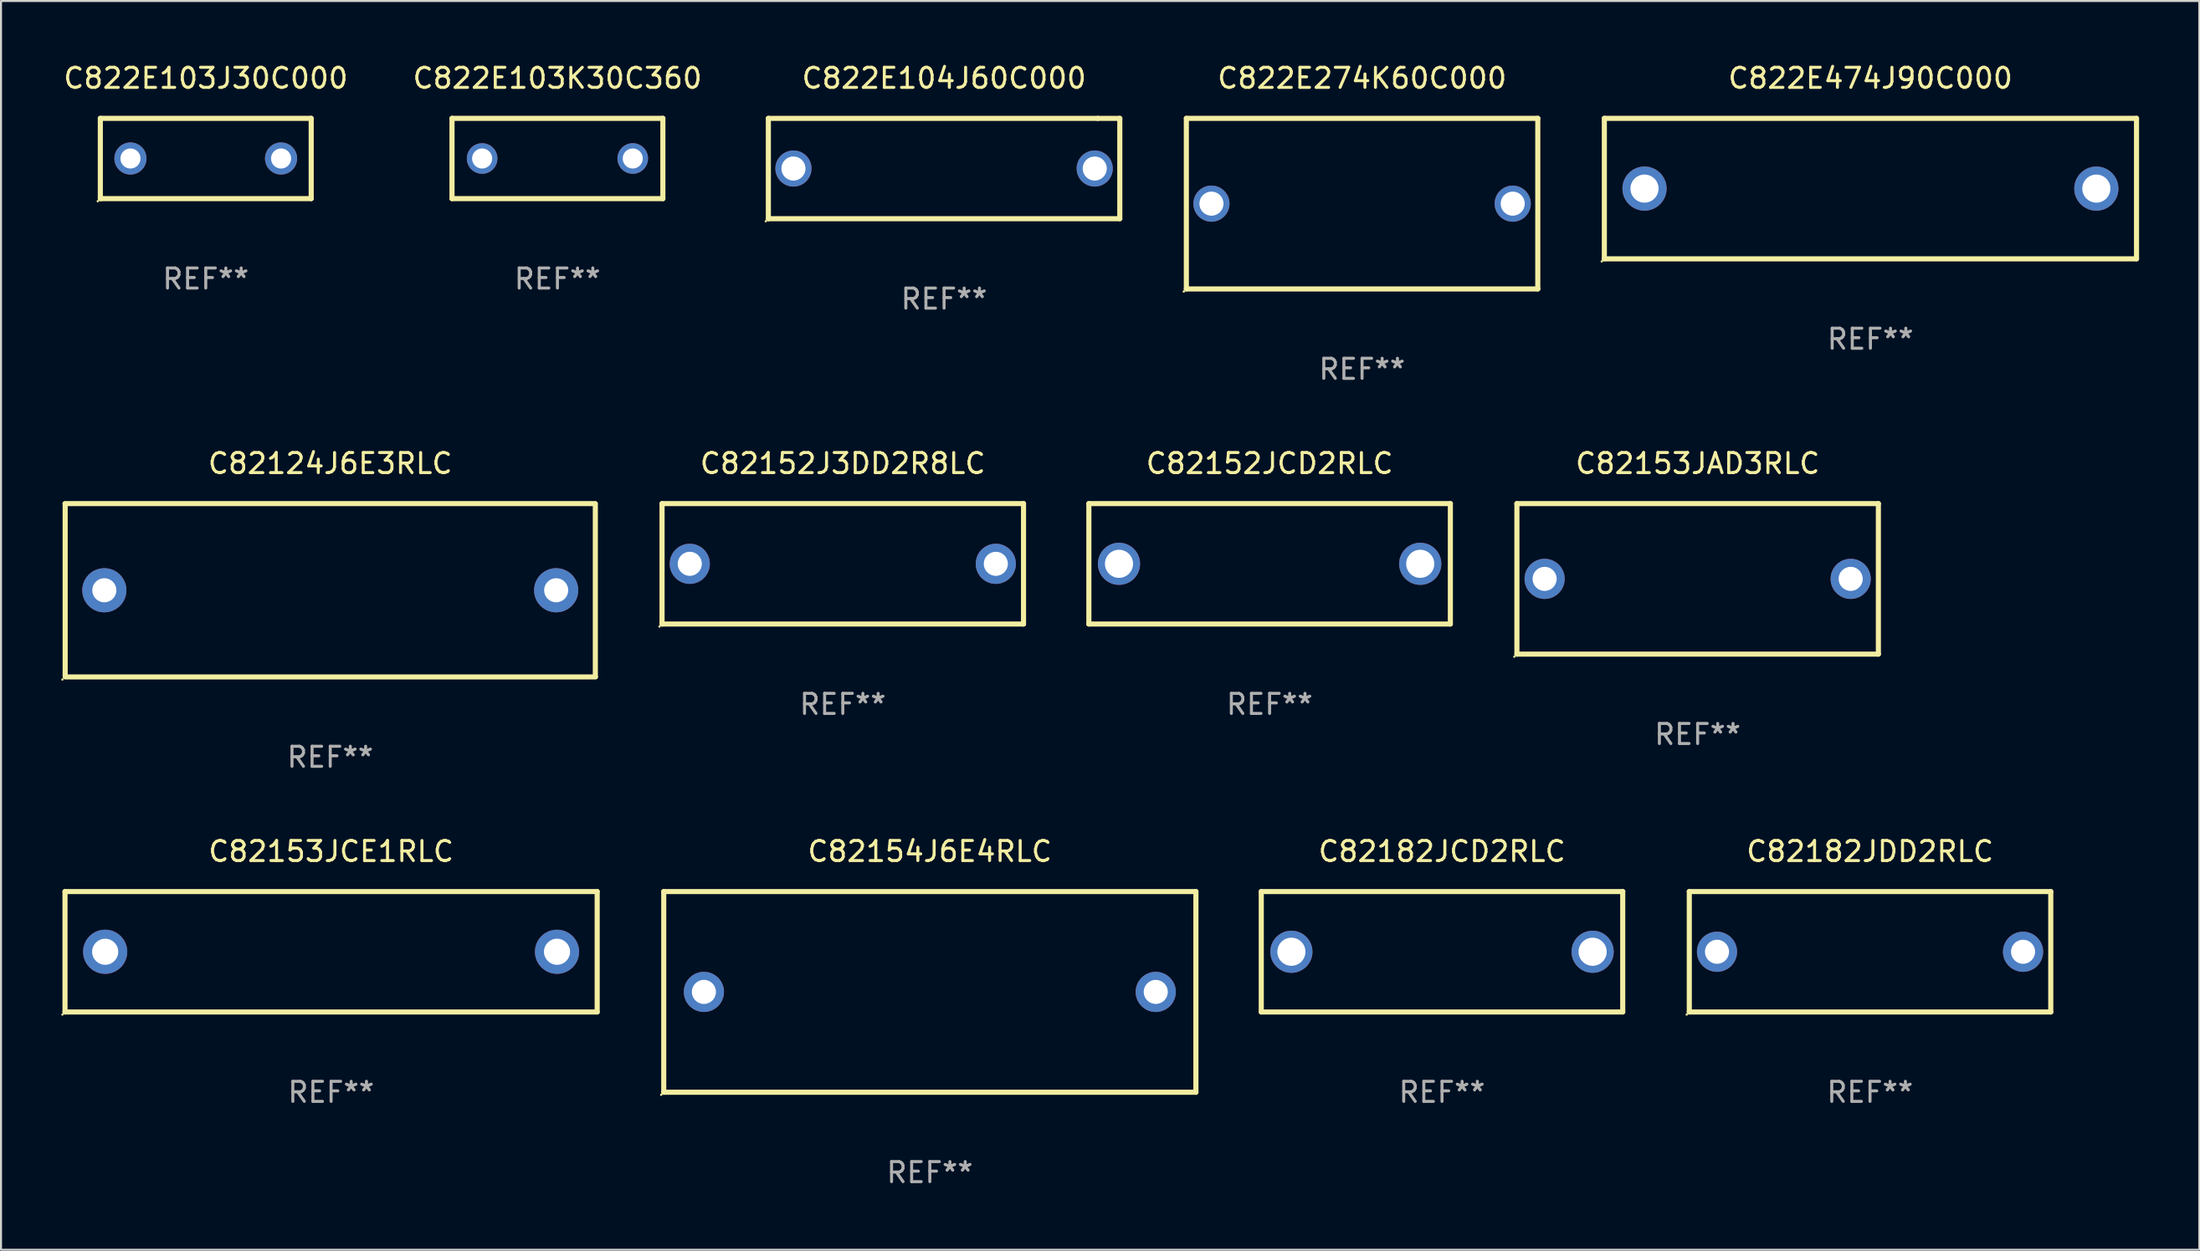
<source format=kicad_pcb>
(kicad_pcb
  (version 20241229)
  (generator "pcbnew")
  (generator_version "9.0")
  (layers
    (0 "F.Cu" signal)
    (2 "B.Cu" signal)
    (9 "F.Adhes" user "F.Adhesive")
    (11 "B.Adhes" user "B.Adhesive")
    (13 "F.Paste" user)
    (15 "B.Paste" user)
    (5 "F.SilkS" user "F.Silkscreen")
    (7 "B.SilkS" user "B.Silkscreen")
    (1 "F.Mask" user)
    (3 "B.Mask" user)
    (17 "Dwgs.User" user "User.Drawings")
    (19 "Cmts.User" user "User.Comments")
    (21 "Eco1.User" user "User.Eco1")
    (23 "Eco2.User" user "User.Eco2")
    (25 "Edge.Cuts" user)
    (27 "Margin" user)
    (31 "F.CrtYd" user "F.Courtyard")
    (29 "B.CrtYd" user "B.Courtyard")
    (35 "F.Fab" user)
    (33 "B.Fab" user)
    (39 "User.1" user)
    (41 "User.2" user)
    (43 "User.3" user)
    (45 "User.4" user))
  (footprint "C82153JAD3RLC"
    (layer "F.Cu")
    (at 81.485 25.795)
    (property "Reference" "C82153JAD3RLC" (at 0 -5.75 0) (layer "F.SilkS") (effects (font (size 1 1) (thickness 0.15))))
    (attr through_hole)
    (fp_line (start -9 -3.75) (end 9 -3.75) (stroke (width 0.254) (type solid)) (layer "F.SilkS"))
    (fp_line (start -9 3.75) (end -9 -3.75) (stroke (width 0.254) (type solid)) (layer "F.SilkS"))
    (fp_line (start 9 -3.75) (end 9 3.75) (stroke (width 0.254) (type solid)) (layer "F.SilkS"))
    (fp_line (start 9 3.75) (end -9 3.75) (stroke (width 0.254) (type solid)) (layer "F.SilkS"))
    (fp_circle (center -9.127 3.877) (end -9.097 3.877) (stroke (width 0.06) (type solid)) (fill no) (layer "F.SilkS"))
    (fp_text user "REF**" (at 0 7.75 0) (layer "F.Fab") (effects (font (size 1 1) (thickness 0.15))))
    (pad "1" thru_hole circle (at -7.62 0) (size 2 2) (drill 1.2) (layers "*.Cu" "*.Mask"))
    (pad "2" thru_hole circle (at 7.62 0) (size 2 2) (drill 1.2) (layers "*.Cu" "*.Mask")))
  (footprint "C82124J6E3RLC"
    (layer "F.Cu")
    (at 13.395 26.363)
    (property "Reference" "C82124J6E3RLC" (at 0 -6.318 0) (layer "F.SilkS") (effects (font (size 1 1) (thickness 0.15))))
    (attr through_hole)
    (fp_line (start -13.208 -4.318) (end 13.193 -4.318) (stroke (width 0.254) (type solid)) (layer "F.SilkS"))
    (fp_line (start -13.2 4.3) (end -13.2 -4.3) (stroke (width 0.254) (type solid)) (layer "F.SilkS"))
    (fp_line (start 13.2 -4.3) (end 13.2 4.3) (stroke (width 0.254) (type solid)) (layer "F.SilkS"))
    (fp_line (start 13.208 4.318) (end -13.193 4.318) (stroke (width 0.254) (type solid)) (layer "F.SilkS"))
    (fp_circle (center -13.335 4.445) (end -13.305 4.445) (stroke (width 0.06) (type solid)) (fill no) (layer "F.SilkS"))
    (fp_text user "REF**" (at 0 8.318 0) (layer "F.Fab") (effects (font (size 1 1) (thickness 0.15))))
    (pad "1" thru_hole circle (at -11.25 0) (size 2.2 2.2) (drill 1.2) (layers "*.Cu" "*.Mask"))
    (pad "2" thru_hole circle (at 11.25 0) (size 2.2 2.2) (drill 1.2) (layers "*.Cu" "*.Mask")))
  (footprint "C82152JCD2RLC"
    (layer "F.Cu")
    (at 60.171 25.045)
    (property "Reference" "C82152JCD2RLC" (at 0 -5 0) (layer "F.SilkS") (effects (font (size 1 1) (thickness 0.15))))
    (attr through_hole)
    (fp_line (start -9 -3) (end 9 -3) (stroke (width 0.254) (type solid)) (layer "F.SilkS"))
    (fp_line (start -9 3) (end -9 -3) (stroke (width 0.254) (type solid)) (layer "F.SilkS"))
    (fp_line (start 9 -3) (end 9 3) (stroke (width 0.254) (type solid)) (layer "F.SilkS"))
    (fp_line (start 9 3) (end -9 3) (stroke (width 0.254) (type solid)) (layer "F.SilkS"))
    (fp_circle (center -9 3) (end -8.97 3) (stroke (width 0.06) (type solid)) (fill no) (layer "F.SilkS"))
    (fp_text user "REF**" (at 0 7 0) (layer "F.Fab") (effects (font (size 1 1) (thickness 0.15))))
    (pad "1" thru_hole circle (at -7.5 0) (size 2.1 2.1) (drill 1.4) (layers "*.Cu" "*.Mask"))
    (pad "2" thru_hole circle (at 7.5 0) (size 2.1 2.1) (drill 1.4) (layers "*.Cu" "*.Mask")))
  (footprint "C82153JCE1RLC"
    (layer "F.Cu")
    (at 13.437 44.377)
    (property "Reference" "C82153JCE1RLC" (at 0 -5 0) (layer "F.SilkS") (effects (font (size 1 1) (thickness 0.15))))
    (attr through_hole)
    (fp_line (start -13.25 -3) (end 13.25 -3) (stroke (width 0.254) (type solid)) (layer "F.SilkS"))
    (fp_line (start -13.25 3) (end -13.25 -3) (stroke (width 0.254) (type solid)) (layer "F.SilkS"))
    (fp_line (start 13.25 -3) (end 13.25 3) (stroke (width 0.254) (type solid)) (layer "F.SilkS"))
    (fp_line (start 13.25 3) (end -13.25 3) (stroke (width 0.254) (type solid)) (layer "F.SilkS"))
    (fp_circle (center -13.377 3.127) (end -13.347 3.127) (stroke (width 0.06) (type solid)) (fill no) (layer "F.SilkS"))
    (fp_text user "REF**" (at 0 7 0) (layer "F.Fab") (effects (font (size 1 1) (thickness 0.15))))
    (pad "1" thru_hole circle (at -11.25 0) (size 2.2 2.2) (drill 1.3) (layers "*.Cu" "*.Mask"))
    (pad "2" thru_hole circle (at 11.25 0) (size 2.2 2.2) (drill 1.3) (layers "*.Cu" "*.Mask")))
  (footprint "C82182JCD2RLC"
    (layer "F.Cu")
    (at 68.755 44.377)
    (property "Reference" "C82182JCD2RLC" (at 0 -5 0) (layer "F.SilkS") (effects (font (size 1 1) (thickness 0.15))))
    (attr through_hole)
    (fp_line (start -9 -3) (end 9 -3) (stroke (width 0.254) (type solid)) (layer "F.SilkS"))
    (fp_line (start -9 3) (end -9 -3) (stroke (width 0.254) (type solid)) (layer "F.SilkS"))
    (fp_line (start 9 -3) (end 9 3) (stroke (width 0.254) (type solid)) (layer "F.SilkS"))
    (fp_line (start 9 3) (end -9 3) (stroke (width 0.254) (type solid)) (layer "F.SilkS"))
    (fp_circle (center -9 3) (end -8.97 3) (stroke (width 0.06) (type solid)) (fill no) (layer "F.SilkS"))
    (fp_text user "REF**" (at 0 7 0) (layer "F.Fab") (effects (font (size 1 1) (thickness 0.15))))
    (pad "1" thru_hole circle (at -7.5 0) (size 2.1 2.1) (drill 1.4) (layers "*.Cu" "*.Mask"))
    (pad "2" thru_hole circle (at 7.5 0) (size 2.1 2.1) (drill 1.4) (layers "*.Cu" "*.Mask")))
  (footprint "C82182JDD2RLC"
    (layer "F.Cu")
    (at 90.069 44.377)
    (property "Reference" "C82182JDD2RLC" (at 0 -5 0) (layer "F.SilkS") (effects (font (size 1 1) (thickness 0.15))))
    (attr through_hole)
    (fp_line (start -9 -3) (end 9 -3) (stroke (width 0.254) (type solid)) (layer "F.SilkS"))
    (fp_line (start -9 3) (end -9 -3) (stroke (width 0.254) (type solid)) (layer "F.SilkS"))
    (fp_line (start 9 -3) (end 9 3) (stroke (width 0.254) (type solid)) (layer "F.SilkS"))
    (fp_line (start 9 3) (end -9 3) (stroke (width 0.254) (type solid)) (layer "F.SilkS"))
    (fp_circle (center -9.127 3.127) (end -9.097 3.127) (stroke (width 0.06) (type solid)) (fill no) (layer "F.SilkS"))
    (fp_text user "REF**" (at 0 7 0) (layer "F.Fab") (effects (font (size 1 1) (thickness 0.15))))
    (pad "1" thru_hole circle (at -7.62 0) (size 2 2) (drill 1.2) (layers "*.Cu" "*.Mask"))
    (pad "2" thru_hole circle (at 7.62 0) (size 2 2) (drill 1.2) (layers "*.Cu" "*.Mask")))
  (footprint "C822E103J30C000"
    (layer "F.Cu")
    (at 7.196 4.848)
    (property "Reference" "C822E103J30C000" (at 0 -4 0) (layer "F.SilkS") (effects (font (size 1 1) (thickness 0.15))))
    (attr through_hole)
    (fp_line (start -5.25 -2) (end 5.25 -2) (stroke (width 0.254) (type solid)) (layer "F.SilkS"))
    (fp_line (start -5.25 2) (end -5.25 -2) (stroke (width 0.254) (type solid)) (layer "F.SilkS"))
    (fp_line (start 5.25 -2) (end 5.25 2) (stroke (width 0.254) (type solid)) (layer "F.SilkS"))
    (fp_line (start 5.25 2) (end -5.25 2) (stroke (width 0.254) (type solid)) (layer "F.SilkS"))
    (fp_circle (center -5.377 2.127) (end -5.347 2.127) (stroke (width 0.06) (type solid)) (fill no) (layer "F.SilkS"))
    (fp_text user "REF**" (at 0 6 0) (layer "F.Fab") (effects (font (size 1 1) (thickness 0.15))))
    (pad "1" thru_hole circle (at -3.75 0) (size 1.6 1.6) (drill 1) (layers "*.Cu" "*.Mask"))
    (pad "2" thru_hole circle (at 3.75 0) (size 1.6 1.6) (drill 1) (layers "*.Cu" "*.Mask")))
  (footprint "C822E274K60C000"
    (layer "F.Cu")
    (at 64.775 7.098)
    (property "Reference" "C822E274K60C000" (at 0 -6.25 0) (layer "F.SilkS") (effects (font (size 1 1) (thickness 0.15))))
    (attr through_hole)
    (fp_line (start -8.75 -4.25) (end 8.75 -4.25) (stroke (width 0.254) (type solid)) (layer "F.SilkS"))
    (fp_line (start -8.75 4.25) (end -8.75 -4.25) (stroke (width 0.254) (type solid)) (layer "F.SilkS"))
    (fp_line (start 8.75 -4.25) (end 8.75 4.25) (stroke (width 0.254) (type solid)) (layer "F.SilkS"))
    (fp_line (start 8.75 4.25) (end -8.75 4.25) (stroke (width 0.254) (type solid)) (layer "F.SilkS"))
    (fp_circle (center -8.877 4.377) (end -8.847 4.377) (stroke (width 0.06) (type solid)) (fill no) (layer "F.SilkS"))
    (fp_text user "REF**" (at 0 8.25 0) (layer "F.Fab") (effects (font (size 1 1) (thickness 0.15))))
    (pad "1" thru_hole circle (at -7.501 -0.000025) (size 1.8 1.8) (drill 1.2) (layers "*.Cu" "*.Mask"))
    (pad "2" thru_hole circle (at 7.501 -0.000025) (size 1.8 1.8) (drill 1.2) (layers "*.Cu" "*.Mask")))
  (footprint "C82152J3DD2R8LC"
    (layer "F.Cu")
    (at 38.917 25.045)
    (property "Reference" "C82152J3DD2R8LC" (at 0 -5 0) (layer "F.SilkS") (effects (font (size 1 1) (thickness 0.15))))
    (attr through_hole)
    (fp_line (start -9 -3) (end 9 -3) (stroke (width 0.254) (type solid)) (layer "F.SilkS"))
    (fp_line (start -9 3) (end -9 -3) (stroke (width 0.254) (type solid)) (layer "F.SilkS"))
    (fp_line (start 9 -3) (end 9 3) (stroke (width 0.254) (type solid)) (layer "F.SilkS"))
    (fp_line (start 9 3) (end -9 3) (stroke (width 0.254) (type solid)) (layer "F.SilkS"))
    (fp_circle (center -9.127 3.127) (end -9.097 3.127) (stroke (width 0.06) (type solid)) (fill no) (layer "F.SilkS"))
    (fp_text user "REF**" (at 0 7 0) (layer "F.Fab") (effects (font (size 1 1) (thickness 0.15))))
    (pad "1" thru_hole circle (at -7.62 0) (size 2 2) (drill 1.2) (layers "*.Cu" "*.Mask"))
    (pad "2" thru_hole circle (at 7.62 0) (size 2 2) (drill 1.2) (layers "*.Cu" "*.Mask")))
  (footprint "C82154J6E4RLC"
    (layer "F.Cu")
    (at 43.251 46.377)
    (property "Reference" "C82154J6E4RLC" (at 0 -7 0) (layer "F.SilkS") (effects (font (size 1 1) (thickness 0.15))))
    (attr through_hole)
    (fp_line (start -13.25 -5) (end 13.25 -5) (stroke (width 0.254) (type solid)) (layer "F.SilkS"))
    (fp_line (start -13.25 5) (end -13.25 -5) (stroke (width 0.254) (type solid)) (layer "F.SilkS"))
    (fp_line (start 13.25 -5) (end 13.25 5) (stroke (width 0.254) (type solid)) (layer "F.SilkS"))
    (fp_line (start 13.25 5) (end -13.25 5) (stroke (width 0.254) (type solid)) (layer "F.SilkS"))
    (fp_circle (center -13.377 5.127) (end -13.347 5.127) (stroke (width 0.06) (type solid)) (fill no) (layer "F.SilkS"))
    (fp_text user "REF**" (at 0 9 0) (layer "F.Fab") (effects (font (size 1 1) (thickness 0.15))))
    (pad "1" thru_hole circle (at -11.25 0) (size 2 2) (drill 1.2) (layers "*.Cu" "*.Mask"))
    (pad "2" thru_hole circle (at 11.25 0) (size 2 2) (drill 1.2) (layers "*.Cu" "*.Mask")))
  (footprint "C822E474J90C000"
    (layer "F.Cu")
    (at 90.089 6.348)
    (property "Reference" "C822E474J90C000" (at 0 -5.5 0) (layer "F.SilkS") (effects (font (size 1 1) (thickness 0.15))))
    (attr through_hole)
    (fp_line (start -13.25 -3.5) (end 13.25 -3.5) (stroke (width 0.254) (type solid)) (layer "F.SilkS"))
    (fp_line (start -13.25 3.5) (end -13.25 -3.5) (stroke (width 0.254) (type solid)) (layer "F.SilkS"))
    (fp_line (start 13.25 -3.5) (end 13.25 3.5) (stroke (width 0.254) (type solid)) (layer "F.SilkS"))
    (fp_line (start 13.25 3.5) (end -13.25 3.5) (stroke (width 0.254) (type solid)) (layer "F.SilkS"))
    (fp_circle (center -13.377 3.627) (end -13.347 3.627) (stroke (width 0.06) (type solid)) (fill no) (layer "F.SilkS"))
    (fp_text user "REF**" (at 0 7.5 0) (layer "F.Fab") (effects (font (size 1 1) (thickness 0.15))))
    (pad "1" thru_hole circle (at -11.25 0) (size 2.2 2.2) (drill 1.4) (layers "*.Cu" "*.Mask"))
    (pad "2" thru_hole circle (at 11.25 0) (size 2.2 2.2) (drill 1.4) (layers "*.Cu" "*.Mask")))
  (footprint "C822E104J60C000"
    (layer "F.Cu")
    (at 43.961 5.348)
    (property "Reference" "C822E104J60C000" (at 0 -4.5 0) (layer "F.SilkS") (effects (font (size 1 1) (thickness 0.15))))
    (attr through_hole)
    (fp_line (start -8.75 -2.499) (end 7.653 -2.499) (stroke (width 0.254) (type solid)) (layer "F.SilkS"))
    (fp_line (start -8.75 2.5) (end -8.75 -2.5) (stroke (width 0.254) (type solid)) (layer "F.SilkS"))
    (fp_line (start 7.653 -2.499) (end 8.75 -2.499) (stroke (width 0.254) (type solid)) (layer "F.SilkS"))
    (fp_line (start 8.75 -2.5) (end 8.75 2.5) (stroke (width 0.254) (type solid)) (layer "F.SilkS"))
    (fp_line (start 8.75 2.5) (end -8.75 2.5) (stroke (width 0.254) (type solid)) (layer "F.SilkS"))
    (fp_circle (center -8.877 2.627) (end -8.847 2.627) (stroke (width 0.06) (type solid)) (fill no) (layer "F.SilkS"))
    (fp_text user "REF**" (at 0 6.5 0) (layer "F.Fab") (effects (font (size 1 1) (thickness 0.15))))
    (pad "1" thru_hole circle (at -7.501 0) (size 1.8 1.8) (drill 1.2) (layers "*.Cu" "*.Mask"))
    (pad "2" thru_hole circle (at 7.501 0) (size 1.8 1.8) (drill 1.2) (layers "*.Cu" "*.Mask")))
  (footprint "C822E103K30C360"
    (layer "F.Cu")
    (at 24.708 4.848)
    (property "Reference" "C822E103K30C360" (at 0 -4 0) (layer "F.SilkS") (effects (font (size 1 1) (thickness 0.15))))
    (attr through_hole)
    (fp_line (start -5.25 -2) (end 5.25 -2) (stroke (width 0.254) (type solid)) (layer "F.SilkS"))
    (fp_line (start -5.25 2) (end -5.25 -2) (stroke (width 0.254) (type solid)) (layer "F.SilkS"))
    (fp_line (start 5.25 -2) (end 5.25 2) (stroke (width 0.254) (type solid)) (layer "F.SilkS"))
    (fp_line (start 5.25 2) (end -5.25 2) (stroke (width 0.254) (type solid)) (layer "F.SilkS"))
    (fp_circle (center -5.25 2) (end -5.22 2) (stroke (width 0.06) (type solid)) (fill no) (layer "F.SilkS"))
    (fp_text user "REF**" (at 0 6 0) (layer "F.Fab") (effects (font (size 1 1) (thickness 0.15))))
    (pad "1" thru_hole circle (at -3.75 0) (size 1.524 1.524) (drill 1) (layers "*.Cu" "*.Mask"))
    (pad "2" thru_hole circle (at 3.75 0) (size 1.524 1.524) (drill 1) (layers "*.Cu" "*.Mask")))
  (gr_rect
    (start -3 -3)
    (end 106.466 59.226)
    (stroke (width 0.1) (type default))
    (fill no)
    (layer "Edge.Cuts")))
</source>
